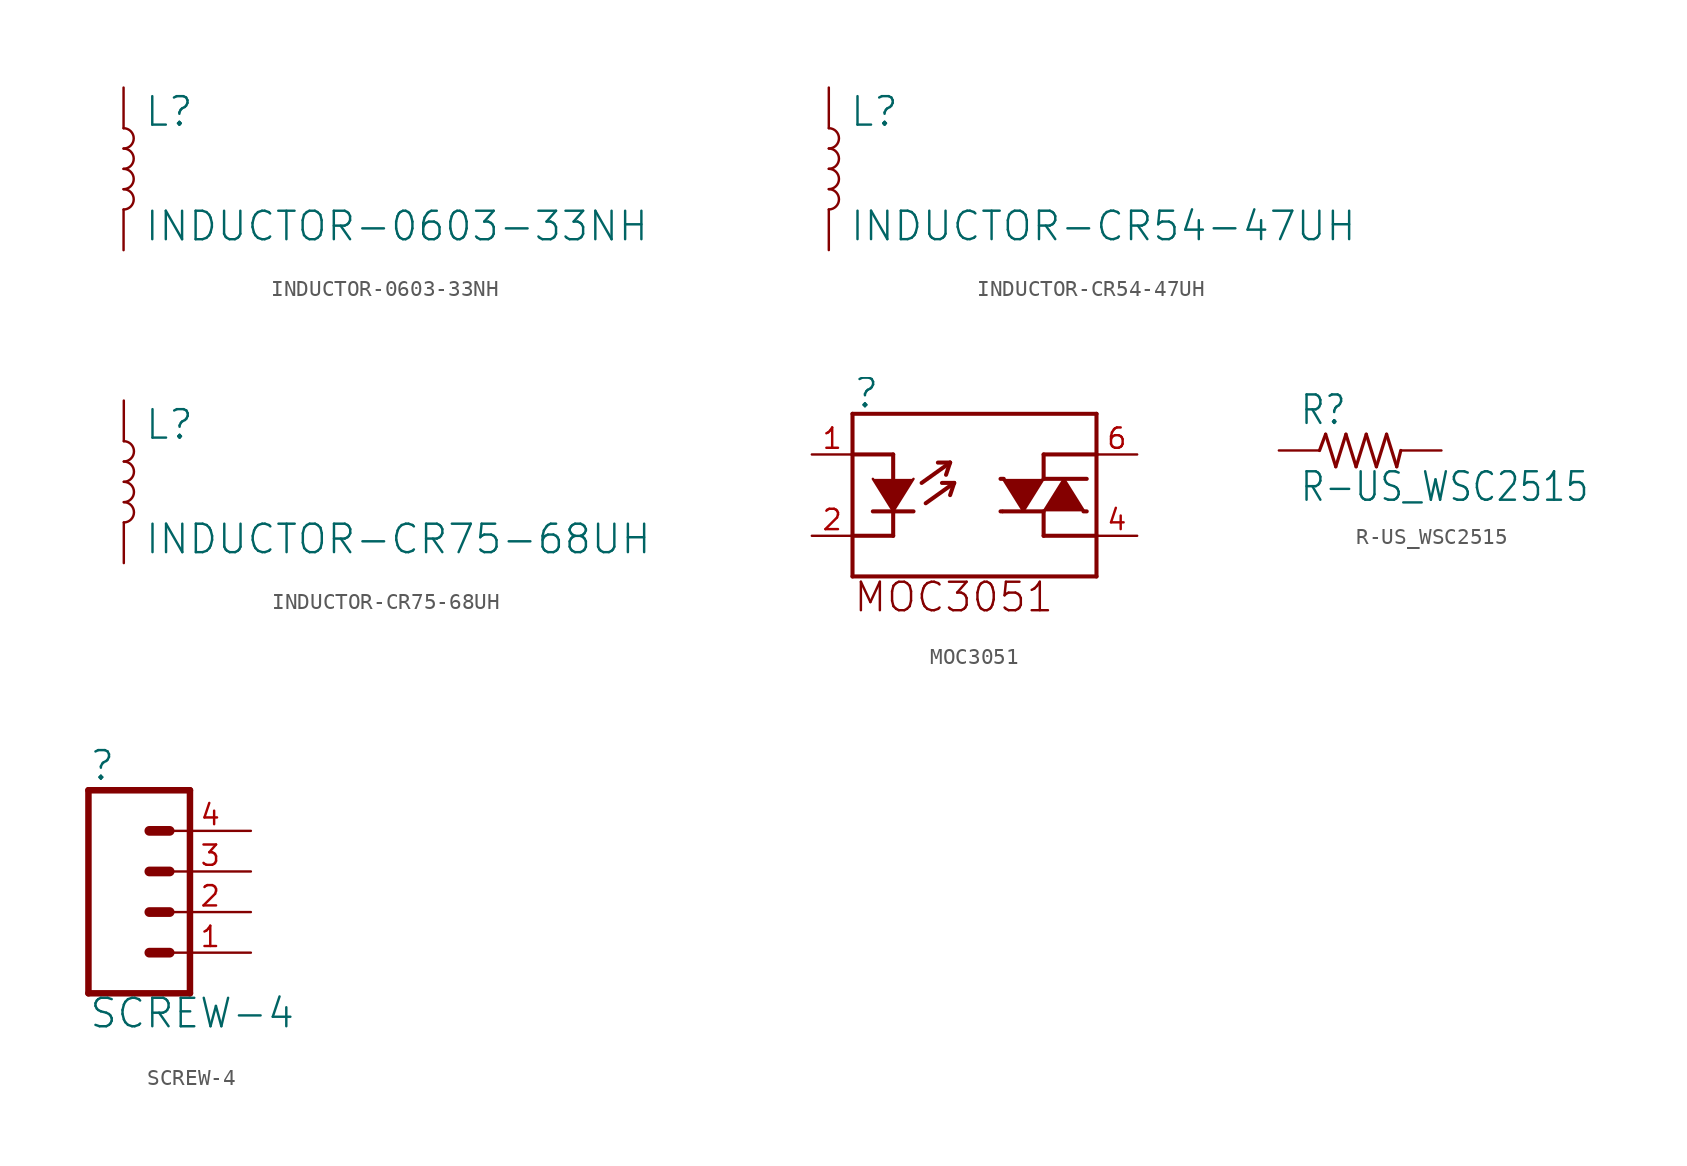
<source format=kicad_sym>
(kicad_symbol_lib
  (version 20220331)
  (generator kicad_symbol_editor)
  (symbol "INDUCTOR-0603-33NH"
    (property "Reference" "L"
      (at 1.27 2.54 0)
      (effects (font (size 1.778 1.778)) (justify left bottom)))
    (property "Value" "INDUCTOR-0603-33NH"
      (at 1.27 -2.54 0)
      (effects (font (size 1.778 1.778)) (justify left top)))
    (property "ki_locked" ""
      (at 0 0 0)
      (effects (font (size 1.27 1.27))))
    (symbol "INDUCTOR-0603-33NH_1_0"
      (arc (start 0 -2.54) (mid 0.635 -1.905) (end 0 -1.27) (stroke (width 0.1524) (type solid)) (fill (type none)))
      (arc (start 0 -1.27) (mid 0.635 -0.635) (end 0 0) (stroke (width 0.1524) (type solid)) (fill (type none)))
      (arc (start 0 0) (mid 0.635 0.635) (end 0 1.27) (stroke (width 0.1524) (type solid)) (fill (type none)))
      (arc (start 0 1.27) (mid 0.635 1.905) (end 0 2.54) (stroke (width 0.1524) (type solid)) (fill (type none)))
      (pin passive line (at 0 5.08 270) (length 2.54) (name "1" (effects (font (size 0 0)))) (number "1" (effects (font (size 0 0)))))
      (pin passive line (at 0 -5.08 90) (length 2.54) (name "2" (effects (font (size 0 0)))) (number "2" (effects (font (size 0 0)))))))
  (symbol "INDUCTOR-CR54-47UH"
    (property "Reference" "L"
      (at 1.27 2.54 0)
      (effects (font (size 1.778 1.778)) (justify left bottom)))
    (property "Value" "INDUCTOR-CR54-47UH"
      (at 1.27 -2.54 0)
      (effects (font (size 1.778 1.778)) (justify left top)))
    (property "ki_locked" ""
      (at 0 0 0)
      (effects (font (size 1.27 1.27))))
    (symbol "INDUCTOR-CR54-47UH_1_0"
      (arc (start 0 -2.54) (mid 0.635 -1.905) (end 0 -1.27) (stroke (width 0.1524) (type solid)) (fill (type none)))
      (arc (start 0 -1.27) (mid 0.635 -0.635) (end 0 0) (stroke (width 0.1524) (type solid)) (fill (type none)))
      (arc (start 0 0) (mid 0.635 0.635) (end 0 1.27) (stroke (width 0.1524) (type solid)) (fill (type none)))
      (arc (start 0 1.27) (mid 0.635 1.905) (end 0 2.54) (stroke (width 0.1524) (type solid)) (fill (type none)))
      (pin passive line (at 0 5.08 270) (length 2.54) (name "1" (effects (font (size 0 0)))) (number "P$1" (effects (font (size 0 0)))))
      (pin passive line (at 0 -5.08 90) (length 2.54) (name "2" (effects (font (size 0 0)))) (number "P$2" (effects (font (size 0 0)))))))
  (symbol "INDUCTOR-CR75-68UH"
    (property "Reference" "L"
      (at 1.27 2.54 0)
      (effects (font (size 1.778 1.778)) (justify left bottom)))
    (property "Value" "INDUCTOR-CR75-68UH"
      (at 1.27 -2.54 0)
      (effects (font (size 1.778 1.778)) (justify left top)))
    (property "ki_locked" ""
      (at 0 0 0)
      (effects (font (size 1.27 1.27))))
    (symbol "INDUCTOR-CR75-68UH_1_0"
      (arc (start 0 -2.54) (mid 0.635 -1.905) (end 0 -1.27) (stroke (width 0.1524) (type solid)) (fill (type none)))
      (arc (start 0 -1.27) (mid 0.635 -0.635) (end 0 0) (stroke (width 0.1524) (type solid)) (fill (type none)))
      (arc (start 0 0) (mid 0.635 0.635) (end 0 1.27) (stroke (width 0.1524) (type solid)) (fill (type none)))
      (arc (start 0 1.27) (mid 0.635 1.905) (end 0 2.54) (stroke (width 0.1524) (type solid)) (fill (type none)))
      (pin passive line (at 0 5.08 270) (length 2.54) (name "1" (effects (font (size 0 0)))) (number "P$1" (effects (font (size 0 0)))))
      (pin passive line (at 0 -5.08 90) (length 2.54) (name "2" (effects (font (size 0 0)))) (number "P$2" (effects (font (size 0 0)))))))
  (symbol "MOC3051"
    (property "Reference" ""
      (at -7.62 5.334 0)
      (effects (font (size 1.778 1.778)) (justify left bottom)))
    (property "ki_locked" ""
      (at 0 0 0)
      (effects (font (size 1.27 1.27))))
    (symbol "MOC3051_1_0"
      (polyline (pts (xy -7.62 -5.08) (xy -7.62 -2.54)) (stroke (width 0.254) (type solid)) (fill (type none)))
      (polyline (pts (xy -7.62 -2.54) (xy -7.62 2.54)) (stroke (width 0.254) (type solid)) (fill (type none)))
      (polyline (pts (xy -7.62 2.54) (xy -7.62 5.08)) (stroke (width 0.254) (type solid)) (fill (type none)))
      (polyline (pts (xy -7.62 2.54) (xy -5.08 2.54)) (stroke (width 0.254) (type solid)) (fill (type none)))
      (polyline (pts (xy -7.62 5.08) (xy 7.62 5.08)) (stroke (width 0.254) (type solid)) (fill (type none)))
      (polyline (pts (xy -6.35 -1.016) (xy -5.08 -1.016)) (stroke (width 0.254) (type solid)) (fill (type none)))
      (polyline (pts (xy -5.08 -2.54) (xy -7.62 -2.54)) (stroke (width 0.254) (type solid)) (fill (type none)))
      (polyline (pts (xy -5.08 -2.54) (xy -5.08 -1.016)) (stroke (width 0.254) (type solid)) (fill (type none)))
      (polyline (pts (xy -5.08 -1.016) (xy -5.08 2.54)) (stroke (width 0.254) (type solid)) (fill (type none)))
      (polyline (pts (xy -5.08 -1.016) (xy -3.81 -1.016)) (stroke (width 0.254) (type solid)) (fill (type none)))
      (polyline (pts (xy -3.302 0.762) (xy -1.524 2.032)) (stroke (width 0.254) (type solid)) (fill (type none)))
      (polyline (pts (xy -3.048 -0.508) (xy -1.27 0.762)) (stroke (width 0.254) (type solid)) (fill (type none)))
      (polyline (pts (xy -1.524 2.032) (xy -2.286 2.032)) (stroke (width 0.254) (type solid)) (fill (type none)))
      (polyline (pts (xy -1.524 2.032) (xy -1.778 1.27)) (stroke (width 0.254) (type solid)) (fill (type none)))
      (polyline (pts (xy -1.27 0.762) (xy -2.032 0.762)) (stroke (width 0.254) (type solid)) (fill (type none)))
      (polyline (pts (xy -1.27 0.762) (xy -1.524 0)) (stroke (width 0.254) (type solid)) (fill (type none)))
      (polyline (pts (xy 1.727 -1.016) (xy 1.626 -1.016)) (stroke (width 0.254) (type solid)) (fill (type none)))
      (polyline (pts (xy 1.778 -1.016) (xy 4.318 -1.016)) (stroke (width 0.254) (type solid)) (fill (type none)))
      (polyline (pts (xy 1.829 1.016) (xy 1.626 1.016)) (stroke (width 0.254) (type solid)) (fill (type none)))
      (polyline (pts (xy 4.318 -2.54) (xy 4.318 -1.016)) (stroke (width 0.254) (type solid)) (fill (type none)))
      (polyline (pts (xy 4.318 1.016) (xy 4.318 2.54)) (stroke (width 0.254) (type solid)) (fill (type none)))
      (polyline (pts (xy 6.807 -1.016) (xy 7.01 -1.016)) (stroke (width 0.254) (type solid)) (fill (type none)))
      (polyline (pts (xy 7.01 1.016) (xy 4.318 1.016)) (stroke (width 0.254) (type solid)) (fill (type none)))
      (polyline (pts (xy 7.62 -5.08) (xy -7.62 -5.08)) (stroke (width 0.254) (type solid)) (fill (type none)))
      (polyline (pts (xy 7.62 -2.54) (xy 4.318 -2.54)) (stroke (width 0.254) (type solid)) (fill (type none)))
      (polyline (pts (xy 7.62 -2.54) (xy 7.62 -5.08)) (stroke (width 0.254) (type solid)) (fill (type none)))
      (polyline (pts (xy 7.62 2.54) (xy 4.318 2.54)) (stroke (width 0.254) (type solid)) (fill (type none)))
      (polyline (pts (xy 7.62 2.54) (xy 7.62 -2.54)) (stroke (width 0.254) (type solid)) (fill (type none)))
      (polyline (pts (xy 7.62 5.08) (xy 7.62 2.54)) (stroke (width 0.254) (type solid)) (fill (type none)))
      (polyline (pts (xy -6.35 1.016) (xy -5.08 -1.016) (xy -3.81 1.016)) (stroke (width 0) (type default)) (fill (type outline)))
      (polyline (pts (xy 1.778 1.016) (xy 3.048 -1.016) (xy 4.318 1.016)) (stroke (width 0) (type default)) (fill (type outline)))
      (polyline (pts (xy 6.858 -1.016) (xy 5.588 1.016) (xy 4.318 -1.016)) (stroke (width 0) (type default)) (fill (type outline)))
      (text "MOC3051" (at -7.62 -5.334 0) (effects (font (size 1.778 1.778)) (justify left top)))
      (pin bidirectional line (at -10.16 2.54 0) (length 2.54) (name "1" (effects (font (size 0 0)))) (number "1" (effects (font (size 1.27 1.27)))))
      (pin bidirectional line (at -10.16 -2.54 0) (length 2.54) (name "2" (effects (font (size 0 0)))) (number "2" (effects (font (size 1.27 1.27)))))
      (pin bidirectional line (at 10.16 -2.54 180) (length 2.54) (name "4" (effects (font (size 0 0)))) (number "4" (effects (font (size 1.27 1.27)))))
      (pin bidirectional line (at 10.16 2.54 180) (length 2.54) (name "6" (effects (font (size 0 0)))) (number "6" (effects (font (size 1.27 1.27)))))))
  (symbol "R-US_WSC2515"
    (property "Reference" "R"
      (at -3.81 1.499 0)
      (effects (font (size 1.778 1.511)) (justify left bottom)))
    (property "Value" "R-US_WSC2515"
      (at -3.81 -3.302 0)
      (effects (font (size 1.778 1.511)) (justify left bottom)))
    (property "ki_locked" ""
      (at 0 0 0)
      (effects (font (size 1.27 1.27))))
    (symbol "R-US_WSC2515_1_0"
      (polyline (pts (xy -2.54 0) (xy -2.159 1.016)) (stroke (width 0.203) (type solid)) (fill (type none)))
      (polyline (pts (xy -2.159 1.016) (xy -1.524 -1.016)) (stroke (width 0.203) (type solid)) (fill (type none)))
      (polyline (pts (xy -1.524 -1.016) (xy -0.889 1.016)) (stroke (width 0.203) (type solid)) (fill (type none)))
      (polyline (pts (xy -0.889 1.016) (xy -0.254 -1.016)) (stroke (width 0.203) (type solid)) (fill (type none)))
      (polyline (pts (xy -0.254 -1.016) (xy 0.381 1.016)) (stroke (width 0.203) (type solid)) (fill (type none)))
      (polyline (pts (xy 0.381 1.016) (xy 1.016 -1.016)) (stroke (width 0.203) (type solid)) (fill (type none)))
      (polyline (pts (xy 1.016 -1.016) (xy 1.651 1.016)) (stroke (width 0.203) (type solid)) (fill (type none)))
      (polyline (pts (xy 1.651 1.016) (xy 2.286 -1.016)) (stroke (width 0.203) (type solid)) (fill (type none)))
      (polyline (pts (xy 2.286 -1.016) (xy 2.54 0)) (stroke (width 0.203) (type solid)) (fill (type none)))
      (pin passive line (at -5.08 0 0) (length 2.54) (name "1" (effects (font (size 0 0)))) (number "1" (effects (font (size 0 0)))))
      (pin passive line (at 5.08 0 180) (length 2.54) (name "2" (effects (font (size 0 0)))) (number "2" (effects (font (size 0 0)))))))
  (symbol "SCREW-4"
    (property "Reference" ""
      (at -5.08 8.128 0)
      (effects (font (size 1.778 1.778)) (justify left bottom)))
    (property "Value" "SCREW-4"
      (at -5.08 -7.366 0)
      (effects (font (size 1.778 1.778)) (justify left bottom)))
    (property "ki_locked" ""
      (at 0 0 0)
      (effects (font (size 1.27 1.27))))
    (symbol "SCREW-4_1_0"
      (polyline (pts (xy -5.08 7.62) (xy -5.08 -5.08)) (stroke (width 0.406) (type solid)) (fill (type none)))
      (polyline (pts (xy -5.08 7.62) (xy 1.27 7.62)) (stroke (width 0.406) (type solid)) (fill (type none)))
      (polyline (pts (xy -1.27 -2.54) (xy 0 -2.54)) (stroke (width 0.61) (type solid)) (fill (type none)))
      (polyline (pts (xy -1.27 0) (xy 0 0)) (stroke (width 0.61) (type solid)) (fill (type none)))
      (polyline (pts (xy -1.27 2.54) (xy 0 2.54)) (stroke (width 0.61) (type solid)) (fill (type none)))
      (polyline (pts (xy -1.27 5.08) (xy 0 5.08)) (stroke (width 0.61) (type solid)) (fill (type none)))
      (polyline (pts (xy 1.27 -5.08) (xy -5.08 -5.08)) (stroke (width 0.406) (type solid)) (fill (type none)))
      (polyline (pts (xy 1.27 -5.08) (xy 1.27 7.62)) (stroke (width 0.406) (type solid)) (fill (type none)))
      (pin passive line (at 5.08 -2.54 180) (length 5.08) (name "1" (effects (font (size 0 0)))) (number "1" (effects (font (size 1.27 1.27)))))
      (pin passive line (at 5.08 0 180) (length 5.08) (name "2" (effects (font (size 0 0)))) (number "2" (effects (font (size 1.27 1.27)))))
      (pin passive line (at 5.08 2.54 180) (length 5.08) (name "3" (effects (font (size 0 0)))) (number "3" (effects (font (size 1.27 1.27)))))
      (pin passive line (at 5.08 5.08 180) (length 5.08) (name "4" (effects (font (size 0 0)))) (number "4" (effects (font (size 1.27 1.27))))))))
</source>
